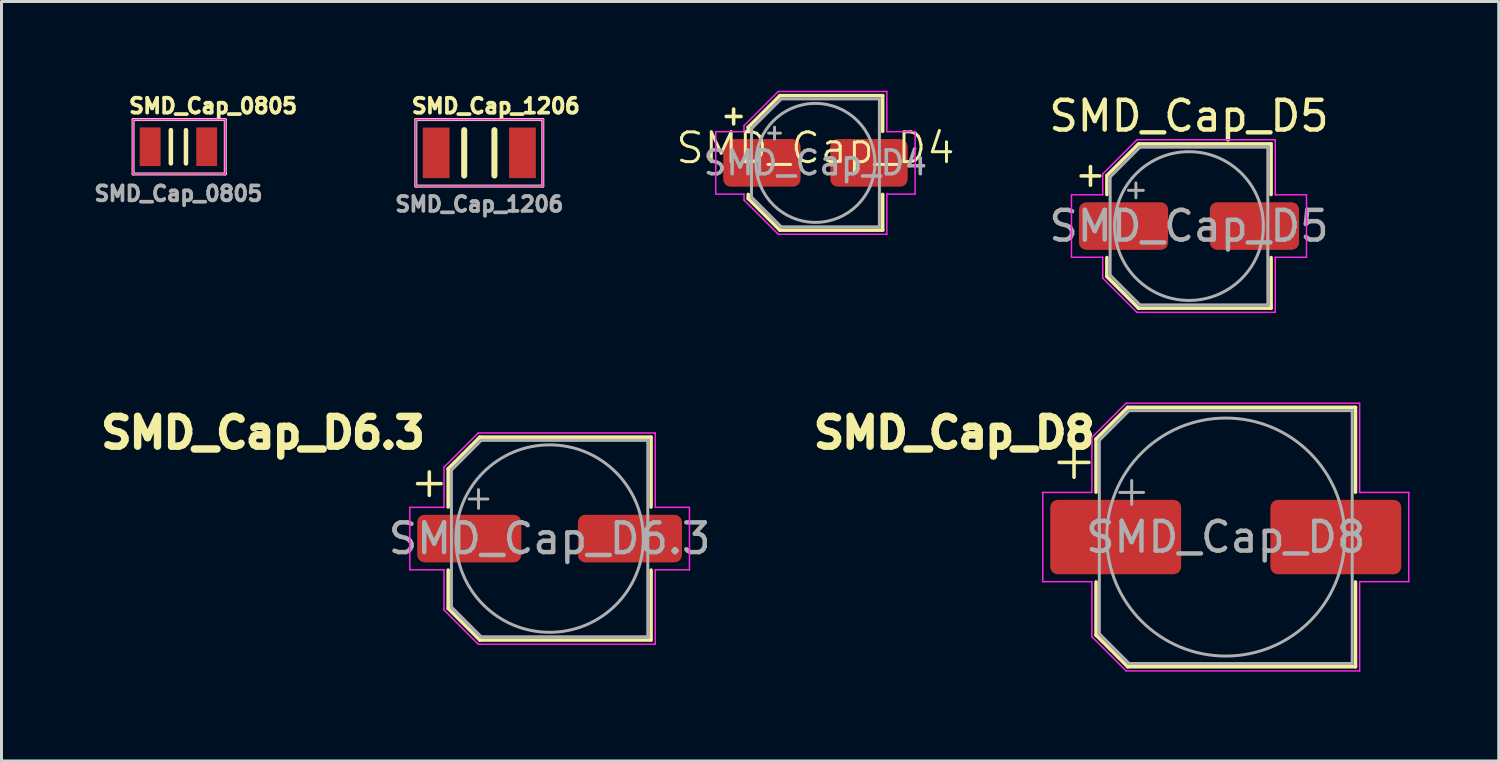
<source format=kicad_pcb>
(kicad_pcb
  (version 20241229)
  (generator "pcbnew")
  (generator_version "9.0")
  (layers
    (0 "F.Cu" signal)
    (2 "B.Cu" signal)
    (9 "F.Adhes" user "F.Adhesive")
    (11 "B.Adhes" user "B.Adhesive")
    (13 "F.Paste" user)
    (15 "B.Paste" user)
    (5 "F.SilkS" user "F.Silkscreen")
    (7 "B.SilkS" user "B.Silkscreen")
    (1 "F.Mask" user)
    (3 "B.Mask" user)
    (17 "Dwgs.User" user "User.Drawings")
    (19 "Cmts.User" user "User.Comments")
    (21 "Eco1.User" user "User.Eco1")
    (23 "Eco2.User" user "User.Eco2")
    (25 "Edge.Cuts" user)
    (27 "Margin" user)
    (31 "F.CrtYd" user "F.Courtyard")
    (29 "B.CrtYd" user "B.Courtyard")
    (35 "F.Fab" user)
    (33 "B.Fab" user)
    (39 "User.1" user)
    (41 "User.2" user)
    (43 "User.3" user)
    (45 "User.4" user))
  (footprint "SMD_Cap_D8"
    (layer "F.Cu")
    (at 38.151 15.002)
    (property "Reference" "SMD_Cap_D8" (at -4.267 -3.505 0) (layer "F.SilkS") (effects (font (size 1 1) (thickness 0.25) (bold yes)) (justify right)))
    (attr smd)
    (fp_line (start -5.6 -2.51) (end -4.6 -2.51) (stroke (width 0.12) (type solid)) (layer "F.SilkS"))
    (fp_line (start -5.1 -3.01) (end -5.1 -2.01) (stroke (width 0.12) (type solid)) (layer "F.SilkS"))
    (fp_line (start -4.36 -3.296) (end -4.36 -1.51) (stroke (width 0.12) (type solid)) (layer "F.SilkS"))
    (fp_line (start -4.36 -3.296) (end -3.296 -4.36) (stroke (width 0.12) (type solid)) (layer "F.SilkS"))
    (fp_line (start -4.36 3.296) (end -4.36 1.51) (stroke (width 0.12) (type solid)) (layer "F.SilkS"))
    (fp_line (start -4.36 3.296) (end -3.296 4.36) (stroke (width 0.12) (type solid)) (layer "F.SilkS"))
    (fp_line (start -3.296 -4.36) (end 4.36 -4.36) (stroke (width 0.12) (type solid)) (layer "F.SilkS"))
    (fp_line (start -3.296 4.36) (end 4.36 4.36) (stroke (width 0.12) (type solid)) (layer "F.SilkS"))
    (fp_line (start 4.36 -4.36) (end 4.36 -1.51) (stroke (width 0.12) (type solid)) (layer "F.SilkS"))
    (fp_line (start 4.36 4.36) (end 4.36 1.51) (stroke (width 0.12) (type solid)) (layer "F.SilkS"))
    (fp_line (start -6.15 -1.5) (end -6.15 1.5) (stroke (width 0.05) (type solid)) (layer "F.CrtYd"))
    (fp_line (start -6.15 1.5) (end -4.5 1.5) (stroke (width 0.05) (type solid)) (layer "F.CrtYd"))
    (fp_line (start -4.5 -3.35) (end -4.5 -1.5) (stroke (width 0.05) (type solid)) (layer "F.CrtYd"))
    (fp_line (start -4.5 -3.35) (end -3.35 -4.5) (stroke (width 0.05) (type solid)) (layer "F.CrtYd"))
    (fp_line (start -4.5 -1.5) (end -6.15 -1.5) (stroke (width 0.05) (type solid)) (layer "F.CrtYd"))
    (fp_line (start -4.5 1.5) (end -4.5 3.35) (stroke (width 0.05) (type solid)) (layer "F.CrtYd"))
    (fp_line (start -4.5 3.35) (end -3.35 4.5) (stroke (width 0.05) (type solid)) (layer "F.CrtYd"))
    (fp_line (start -3.35 -4.5) (end 4.5 -4.5) (stroke (width 0.05) (type solid)) (layer "F.CrtYd"))
    (fp_line (start -3.35 4.5) (end 4.5 4.5) (stroke (width 0.05) (type solid)) (layer "F.CrtYd"))
    (fp_line (start 4.5 -4.5) (end 4.5 -1.5) (stroke (width 0.05) (type solid)) (layer "F.CrtYd"))
    (fp_line (start 4.5 -1.5) (end 6.15 -1.5) (stroke (width 0.05) (type solid)) (layer "F.CrtYd"))
    (fp_line (start 4.5 1.5) (end 4.5 4.5) (stroke (width 0.05) (type solid)) (layer "F.CrtYd"))
    (fp_line (start 6.15 -1.5) (end 6.15 1.5) (stroke (width 0.05) (type solid)) (layer "F.CrtYd"))
    (fp_line (start 6.15 1.5) (end 4.5 1.5) (stroke (width 0.05) (type solid)) (layer "F.CrtYd"))
    (fp_line (start -4.25 -3.25) (end -4.25 3.25) (stroke (width 0.1) (type solid)) (layer "F.Fab"))
    (fp_line (start -4.25 -3.25) (end -3.25 -4.25) (stroke (width 0.1) (type solid)) (layer "F.Fab"))
    (fp_line (start -4.25 3.25) (end -3.25 4.25) (stroke (width 0.1) (type solid)) (layer "F.Fab"))
    (fp_line (start -3.562 -1.5) (end -2.762 -1.5) (stroke (width 0.1) (type solid)) (layer "F.Fab"))
    (fp_line (start -3.25 -4.25) (end 4.25 -4.25) (stroke (width 0.1) (type solid)) (layer "F.Fab"))
    (fp_line (start -3.25 4.25) (end 4.25 4.25) (stroke (width 0.1) (type solid)) (layer "F.Fab"))
    (fp_line (start -3.162 -1.9) (end -3.162 -1.1) (stroke (width 0.1) (type solid)) (layer "F.Fab"))
    (fp_line (start 4.25 -4.25) (end 4.25 4.25) (stroke (width 0.1) (type solid)) (layer "F.Fab"))
    (fp_circle (center 0 0) (end 4 0) (stroke (width 0.1) (type solid)) (fill no) (layer "F.Fab"))
    (fp_text user "${REFERENCE}" (at 0 0 0) (layer "F.Fab") (effects (font (size 1 1) (thickness 0.15))))
    (pad "1" smd roundrect (at -3.7 0) (size 4.4 2.5) (layers "F.Cu" "F.Mask" "F.Paste") (roundrect_rratio 0.1))
    (pad "2" smd roundrect (at 3.7 0) (size 4.4 2.5) (layers "F.Cu" "F.Mask" "F.Paste") (roundrect_rratio 0.1)))
  (footprint "SMD_Cap_D6.3"
    (layer "F.Cu")
    (at 15.424 15.053)
    (property "Reference" "SMD_Cap_D6.3" (at -4.064 -3.556 0) (layer "F.SilkS") (effects (font (size 1 1) (thickness 0.25) (bold yes)) (justify right)))
    (attr smd)
    (fp_line (start -4.438 -1.847) (end -3.65 -1.847) (stroke (width 0.12) (type solid)) (layer "F.SilkS"))
    (fp_line (start -4.044 -2.241) (end -4.044 -1.454) (stroke (width 0.12) (type solid)) (layer "F.SilkS"))
    (fp_line (start -3.41 -2.346) (end -3.41 -1.06) (stroke (width 0.12) (type solid)) (layer "F.SilkS"))
    (fp_line (start -3.41 -2.346) (end -2.346 -3.41) (stroke (width 0.12) (type solid)) (layer "F.SilkS"))
    (fp_line (start -3.41 2.346) (end -3.41 1.06) (stroke (width 0.12) (type solid)) (layer "F.SilkS"))
    (fp_line (start -3.41 2.346) (end -2.346 3.41) (stroke (width 0.12) (type solid)) (layer "F.SilkS"))
    (fp_line (start -2.346 -3.41) (end 3.41 -3.41) (stroke (width 0.12) (type solid)) (layer "F.SilkS"))
    (fp_line (start -2.346 3.41) (end 3.41 3.41) (stroke (width 0.12) (type solid)) (layer "F.SilkS"))
    (fp_line (start 3.41 -3.41) (end 3.41 -1.06) (stroke (width 0.12) (type solid)) (layer "F.SilkS"))
    (fp_line (start 3.41 3.41) (end 3.41 1.06) (stroke (width 0.12) (type solid)) (layer "F.SilkS"))
    (fp_line (start -4.7 -1.05) (end -4.7 1.05) (stroke (width 0.05) (type solid)) (layer "F.CrtYd"))
    (fp_line (start -4.7 1.05) (end -3.55 1.05) (stroke (width 0.05) (type solid)) (layer "F.CrtYd"))
    (fp_line (start -3.55 -2.4) (end -3.55 -1.05) (stroke (width 0.05) (type solid)) (layer "F.CrtYd"))
    (fp_line (start -3.55 -2.4) (end -2.4 -3.55) (stroke (width 0.05) (type solid)) (layer "F.CrtYd"))
    (fp_line (start -3.55 -1.05) (end -4.7 -1.05) (stroke (width 0.05) (type solid)) (layer "F.CrtYd"))
    (fp_line (start -3.55 1.05) (end -3.55 2.4) (stroke (width 0.05) (type solid)) (layer "F.CrtYd"))
    (fp_line (start -3.55 2.4) (end -2.4 3.55) (stroke (width 0.05) (type solid)) (layer "F.CrtYd"))
    (fp_line (start -2.4 -3.55) (end 3.55 -3.55) (stroke (width 0.05) (type solid)) (layer "F.CrtYd"))
    (fp_line (start -2.4 3.55) (end 3.55 3.55) (stroke (width 0.05) (type solid)) (layer "F.CrtYd"))
    (fp_line (start 3.55 -3.55) (end 3.55 -1.05) (stroke (width 0.05) (type solid)) (layer "F.CrtYd"))
    (fp_line (start 3.55 -1.05) (end 4.7 -1.05) (stroke (width 0.05) (type solid)) (layer "F.CrtYd"))
    (fp_line (start 3.55 1.05) (end 3.55 3.55) (stroke (width 0.05) (type solid)) (layer "F.CrtYd"))
    (fp_line (start 4.7 -1.05) (end 4.7 1.05) (stroke (width 0.05) (type solid)) (layer "F.CrtYd"))
    (fp_line (start 4.7 1.05) (end 3.55 1.05) (stroke (width 0.05) (type solid)) (layer "F.CrtYd"))
    (fp_line (start -3.3 -2.3) (end -3.3 2.3) (stroke (width 0.1) (type solid)) (layer "F.Fab"))
    (fp_line (start -3.3 -2.3) (end -2.3 -3.3) (stroke (width 0.1) (type solid)) (layer "F.Fab"))
    (fp_line (start -3.3 2.3) (end -2.3 3.3) (stroke (width 0.1) (type solid)) (layer "F.Fab"))
    (fp_line (start -2.705 -1.33) (end -2.075 -1.33) (stroke (width 0.1) (type solid)) (layer "F.Fab"))
    (fp_line (start -2.39 -1.645) (end -2.39 -1.015) (stroke (width 0.1) (type solid)) (layer "F.Fab"))
    (fp_line (start -2.3 -3.3) (end 3.3 -3.3) (stroke (width 0.1) (type solid)) (layer "F.Fab"))
    (fp_line (start -2.3 3.3) (end 3.3 3.3) (stroke (width 0.1) (type solid)) (layer "F.Fab"))
    (fp_line (start 3.3 -3.3) (end 3.3 3.3) (stroke (width 0.1) (type solid)) (layer "F.Fab"))
    (fp_circle (center 0 0) (end 3.15 0) (stroke (width 0.1) (type solid)) (fill no) (layer "F.Fab"))
    (fp_text user "${REFERENCE}" (at 0 0 0) (layer "F.Fab") (effects (font (size 1 1) (thickness 0.15))))
    (pad "1" smd roundrect (at -2.7 0) (size 3.5 1.6) (layers "F.Cu" "F.Mask" "F.Paste") (roundrect_rratio 0.156))
    (pad "2" smd roundrect (at 2.7 0) (size 3.5 1.6) (layers "F.Cu" "F.Mask" "F.Paste") (roundrect_rratio 0.156)))
  (footprint "SMD_Cap_D4"
    (layer "F.Cu")
    (at 24.359 2.425)
    (property "Reference" "SMD_Cap_D4" (at 0 -0.5 0) (unlocked yes) (layer "F.SilkS") (effects (font (size 1 1) (thickness 0.1))))
    (attr smd)
    (fp_line (start -3 -1.56) (end -2.5 -1.56) (stroke (width 0.12) (type solid)) (layer "F.SilkS"))
    (fp_line (start -2.75 -1.81) (end -2.75 -1.31) (stroke (width 0.12) (type solid)) (layer "F.SilkS"))
    (fp_line (start -2.26 -1.196) (end -2.26 -1.06) (stroke (width 0.12) (type solid)) (layer "F.SilkS"))
    (fp_line (start -2.26 -1.196) (end -1.196 -2.26) (stroke (width 0.12) (type solid)) (layer "F.SilkS"))
    (fp_line (start -2.26 1.196) (end -2.26 1.06) (stroke (width 0.12) (type solid)) (layer "F.SilkS"))
    (fp_line (start -2.26 1.196) (end -1.196 2.26) (stroke (width 0.12) (type solid)) (layer "F.SilkS"))
    (fp_line (start -1.196 -2.26) (end 2.26 -2.26) (stroke (width 0.12) (type solid)) (layer "F.SilkS"))
    (fp_line (start -1.196 2.26) (end 2.26 2.26) (stroke (width 0.12) (type solid)) (layer "F.SilkS"))
    (fp_line (start 2.26 -2.26) (end 2.26 -1.06) (stroke (width 0.12) (type solid)) (layer "F.SilkS"))
    (fp_line (start 2.26 2.26) (end 2.26 1.06) (stroke (width 0.12) (type solid)) (layer "F.SilkS"))
    (fp_line (start -3.35 -1.05) (end -3.35 1.05) (stroke (width 0.05) (type solid)) (layer "F.CrtYd"))
    (fp_line (start -3.35 1.05) (end -2.4 1.05) (stroke (width 0.05) (type solid)) (layer "F.CrtYd"))
    (fp_line (start -2.4 -1.25) (end -2.4 -1.05) (stroke (width 0.05) (type solid)) (layer "F.CrtYd"))
    (fp_line (start -2.4 -1.25) (end -1.25 -2.4) (stroke (width 0.05) (type solid)) (layer "F.CrtYd"))
    (fp_line (start -2.4 -1.05) (end -3.35 -1.05) (stroke (width 0.05) (type solid)) (layer "F.CrtYd"))
    (fp_line (start -2.4 1.05) (end -2.4 1.25) (stroke (width 0.05) (type solid)) (layer "F.CrtYd"))
    (fp_line (start -2.4 1.25) (end -1.25 2.4) (stroke (width 0.05) (type solid)) (layer "F.CrtYd"))
    (fp_line (start -1.25 -2.4) (end 2.4 -2.4) (stroke (width 0.05) (type solid)) (layer "F.CrtYd"))
    (fp_line (start -1.25 2.4) (end 2.4 2.4) (stroke (width 0.05) (type solid)) (layer "F.CrtYd"))
    (fp_line (start 2.4 -2.4) (end 2.4 -1.05) (stroke (width 0.05) (type solid)) (layer "F.CrtYd"))
    (fp_line (start 2.4 -1.05) (end 3.35 -1.05) (stroke (width 0.05) (type solid)) (layer "F.CrtYd"))
    (fp_line (start 2.4 1.05) (end 2.4 2.4) (stroke (width 0.05) (type solid)) (layer "F.CrtYd"))
    (fp_line (start 3.35 -1.05) (end 3.35 1.05) (stroke (width 0.05) (type solid)) (layer "F.CrtYd"))
    (fp_line (start 3.35 1.05) (end 2.4 1.05) (stroke (width 0.05) (type solid)) (layer "F.CrtYd"))
    (fp_line (start -2.15 -1.15) (end -2.15 1.15) (stroke (width 0.1) (type solid)) (layer "F.Fab"))
    (fp_line (start -2.15 -1.15) (end -1.15 -2.15) (stroke (width 0.1) (type solid)) (layer "F.Fab"))
    (fp_line (start -2.15 1.15) (end -1.15 2.15) (stroke (width 0.1) (type solid)) (layer "F.Fab"))
    (fp_line (start -1.575 -1) (end -1.175 -1) (stroke (width 0.1) (type solid)) (layer "F.Fab"))
    (fp_line (start -1.375 -1.2) (end -1.375 -0.8) (stroke (width 0.1) (type solid)) (layer "F.Fab"))
    (fp_line (start -1.15 -2.15) (end 2.15 -2.15) (stroke (width 0.1) (type solid)) (layer "F.Fab"))
    (fp_line (start -1.15 2.15) (end 2.15 2.15) (stroke (width 0.1) (type solid)) (layer "F.Fab"))
    (fp_line (start 2.15 -2.15) (end 2.15 2.15) (stroke (width 0.1) (type solid)) (layer "F.Fab"))
    (fp_circle (center 0 0) (end 2 0) (stroke (width 0.1) (type solid)) (fill no) (layer "F.Fab"))
    (fp_text user "${REFERENCE}" (at 0 0 0) (layer "F.Fab") (effects (font (size 0.8 0.8) (thickness 0.12))))
    (pad "1" smd roundrect (at -1.8 0) (size 2.6 1.6) (layers "F.Cu" "F.Mask" "F.Paste") (roundrect_rratio 0.156))
    (pad "2" smd roundrect (at 1.8 0) (size 2.6 1.6) (layers "F.Cu" "F.Mask" "F.Paste") (roundrect_rratio 0.156)))
  (footprint "SMD_Cap_1206"
    (layer "F.Cu")
    (at 13.061 2.087)
    (property "Reference" "SMD_Cap_1206" (at -2.337 -1.575 0) (layer "F.SilkS") (effects (font (size 0.5 0.5) (thickness 0.125) (bold yes)) (justify left)))
    (attr smd)
    (fp_line (start -2.134 -1.118) (end 2.134 -1.118) (stroke (width 0.1) (type default)) (layer "F.SilkS"))
    (fp_line (start -2.134 1.118) (end -2.134 -1.118) (stroke (width 0.1) (type default)) (layer "F.SilkS"))
    (fp_line (start -0.508 -0.762) (end -0.508 0.762) (stroke (width 0.203) (type solid)) (layer "F.SilkS"))
    (fp_line (start 0.508 -0.762) (end 0.508 0.762) (stroke (width 0.203) (type solid)) (layer "F.SilkS"))
    (fp_line (start 2.134 -1.118) (end 2.134 1.118) (stroke (width 0.1) (type default)) (layer "F.SilkS"))
    (fp_line (start 2.134 1.118) (end -2.134 1.118) (stroke (width 0.1) (type default)) (layer "F.SilkS"))
    (fp_line (start -2.134 -1.118) (end 2.134 -1.118) (stroke (width 0.05) (type solid)) (layer "F.CrtYd"))
    (fp_line (start -2.134 1.118) (end -2.134 -1.118) (stroke (width 0.05) (type solid)) (layer "F.CrtYd"))
    (fp_line (start -2.134 1.118) (end 2.134 1.118) (stroke (width 0.05) (type solid)) (layer "F.CrtYd"))
    (fp_line (start 2.134 1.118) (end 2.134 -1.118) (stroke (width 0.05) (type solid)) (layer "F.CrtYd"))
    (fp_text user "${REFERENCE}" (at 0 1.727 0) (layer "F.Fab") (effects (font (size 0.5 0.5) (thickness 0.125) (bold yes))))
    (pad "1" smd rect (at -1.45 0) (size 0.9 1.7) (layers "F.Cu" "F.Mask" "F.Paste"))
    (pad "2" smd rect (at 1.45 0) (size 0.9 1.7) (layers "F.Cu" "F.Mask" "F.Paste")))
  (footprint "SMD_Cap_D5"
    (layer "F.Cu")
    (at 36.915 4.548)
    (property "Reference" "SMD_Cap_D5" (at 0 -3.7 0) (layer "F.SilkS") (effects (font (size 1 1) (thickness 0.15))))
    (attr smd)
    (fp_line (start -3.625 -1.685) (end -3 -1.685) (stroke (width 0.12) (type solid)) (layer "F.SilkS"))
    (fp_line (start -3.312 -1.998) (end -3.312 -1.373) (stroke (width 0.12) (type solid)) (layer "F.SilkS"))
    (fp_line (start -2.76 -1.696) (end -2.76 -1.06) (stroke (width 0.12) (type solid)) (layer "F.SilkS"))
    (fp_line (start -2.76 -1.696) (end -1.696 -2.76) (stroke (width 0.12) (type solid)) (layer "F.SilkS"))
    (fp_line (start -2.76 1.696) (end -2.76 1.06) (stroke (width 0.12) (type solid)) (layer "F.SilkS"))
    (fp_line (start -2.76 1.696) (end -1.696 2.76) (stroke (width 0.12) (type solid)) (layer "F.SilkS"))
    (fp_line (start -1.696 -2.76) (end 2.76 -2.76) (stroke (width 0.12) (type solid)) (layer "F.SilkS"))
    (fp_line (start -1.696 2.76) (end 2.76 2.76) (stroke (width 0.12) (type solid)) (layer "F.SilkS"))
    (fp_line (start 2.76 -2.76) (end 2.76 -1.06) (stroke (width 0.12) (type solid)) (layer "F.SilkS"))
    (fp_line (start 2.76 2.76) (end 2.76 1.06) (stroke (width 0.12) (type solid)) (layer "F.SilkS"))
    (fp_line (start -3.95 -1.05) (end -3.95 1.05) (stroke (width 0.05) (type solid)) (layer "F.CrtYd"))
    (fp_line (start -3.95 1.05) (end -2.9 1.05) (stroke (width 0.05) (type solid)) (layer "F.CrtYd"))
    (fp_line (start -2.9 -1.75) (end -2.9 -1.05) (stroke (width 0.05) (type solid)) (layer "F.CrtYd"))
    (fp_line (start -2.9 -1.75) (end -1.75 -2.9) (stroke (width 0.05) (type solid)) (layer "F.CrtYd"))
    (fp_line (start -2.9 -1.05) (end -3.95 -1.05) (stroke (width 0.05) (type solid)) (layer "F.CrtYd"))
    (fp_line (start -2.9 1.05) (end -2.9 1.75) (stroke (width 0.05) (type solid)) (layer "F.CrtYd"))
    (fp_line (start -2.9 1.75) (end -1.75 2.9) (stroke (width 0.05) (type solid)) (layer "F.CrtYd"))
    (fp_line (start -1.75 -2.9) (end 2.9 -2.9) (stroke (width 0.05) (type solid)) (layer "F.CrtYd"))
    (fp_line (start -1.75 2.9) (end 2.9 2.9) (stroke (width 0.05) (type solid)) (layer "F.CrtYd"))
    (fp_line (start 2.9 -2.9) (end 2.9 -1.05) (stroke (width 0.05) (type solid)) (layer "F.CrtYd"))
    (fp_line (start 2.9 -1.05) (end 3.95 -1.05) (stroke (width 0.05) (type solid)) (layer "F.CrtYd"))
    (fp_line (start 2.9 1.05) (end 2.9 2.9) (stroke (width 0.05) (type solid)) (layer "F.CrtYd"))
    (fp_line (start 3.95 -1.05) (end 3.95 1.05) (stroke (width 0.05) (type solid)) (layer "F.CrtYd"))
    (fp_line (start 3.95 1.05) (end 2.9 1.05) (stroke (width 0.05) (type solid)) (layer "F.CrtYd"))
    (fp_line (start -2.65 -1.65) (end -2.65 1.65) (stroke (width 0.1) (type solid)) (layer "F.Fab"))
    (fp_line (start -2.65 -1.65) (end -1.65 -2.65) (stroke (width 0.1) (type solid)) (layer "F.Fab"))
    (fp_line (start -2.65 1.65) (end -1.65 2.65) (stroke (width 0.1) (type solid)) (layer "F.Fab"))
    (fp_line (start -2.034 -1.2) (end -1.534 -1.2) (stroke (width 0.1) (type solid)) (layer "F.Fab"))
    (fp_line (start -1.784 -1.45) (end -1.784 -0.95) (stroke (width 0.1) (type solid)) (layer "F.Fab"))
    (fp_line (start -1.65 -2.65) (end 2.65 -2.65) (stroke (width 0.1) (type solid)) (layer "F.Fab"))
    (fp_line (start -1.65 2.65) (end 2.65 2.65) (stroke (width 0.1) (type solid)) (layer "F.Fab"))
    (fp_line (start 2.65 -2.65) (end 2.65 2.65) (stroke (width 0.1) (type solid)) (layer "F.Fab"))
    (fp_circle (center 0 0) (end 2.5 0) (stroke (width 0.1) (type solid)) (fill no) (layer "F.Fab"))
    (fp_text user "${REFERENCE}" (at 0 0 0) (layer "F.Fab") (effects (font (size 1 1) (thickness 0.15))))
    (pad "1" smd roundrect (at -2.2 0) (size 3 1.6) (layers "F.Cu" "F.Mask" "F.Paste") (roundrect_rratio 0.156))
    (pad "2" smd roundrect (at 2.2 0) (size 3 1.6) (layers "F.Cu" "F.Mask" "F.Paste") (roundrect_rratio 0.156)))
  (footprint "SMD_Cap_0805"
    (layer "F.Cu")
    (at 2.947 1.883)
    (property "Reference" "SMD_Cap_0805" (at -1.727 -1.372 0) (layer "F.SilkS") (effects (font (size 0.5 0.5) (thickness 0.125) (bold yes)) (justify left)))
    (attr smd)
    (fp_line (start -1.524 -0.914) (end 1.575 -0.914) (stroke (width 0.1) (type default)) (layer "F.SilkS"))
    (fp_line (start -1.524 0.914) (end -1.524 -0.914) (stroke (width 0.1) (type default)) (layer "F.SilkS"))
    (fp_line (start -0.254 0.559) (end -0.254 -0.559) (stroke (width 0.152) (type solid)) (layer "F.SilkS"))
    (fp_line (start 0.254 0.559) (end 0.254 -0.559) (stroke (width 0.152) (type solid)) (layer "F.SilkS"))
    (fp_line (start 1.575 -0.914) (end 1.575 0.914) (stroke (width 0.1) (type default)) (layer "F.SilkS"))
    (fp_line (start 1.575 0.914) (end -1.524 0.914) (stroke (width 0.1) (type default)) (layer "F.SilkS"))
    (fp_line (start -1.524 0.914) (end -1.524 -0.914) (stroke (width 0.05) (type solid)) (layer "F.CrtYd"))
    (fp_line (start 1.575 -0.914) (end -1.524 -0.914) (stroke (width 0.05) (type solid)) (layer "F.CrtYd"))
    (fp_line (start 1.575 0.914) (end -1.524 0.914) (stroke (width 0.05) (type solid)) (layer "F.CrtYd"))
    (fp_line (start 1.575 0.914) (end 1.575 -0.914) (stroke (width 0.05) (type solid)) (layer "F.CrtYd"))
    (fp_text user "${REFERENCE}" (at 0 1.575 0) (layer "F.Fab") (effects (font (size 0.5 0.5) (thickness 0.125) (bold yes))))
    (pad "1" smd rect (at -0.95 0) (size 0.7 1.3) (layers "F.Cu" "F.Mask" "F.Paste"))
    (pad "2" smd rect (at 0.95 0) (size 0.7 1.3) (layers "F.Cu" "F.Mask" "F.Paste")))
  (gr_rect
    (start -3 -3)
    (end 47.326 22.527)
    (stroke (width 0.1) (type default))
    (fill no)
    (layer "Edge.Cuts")))
</source>
